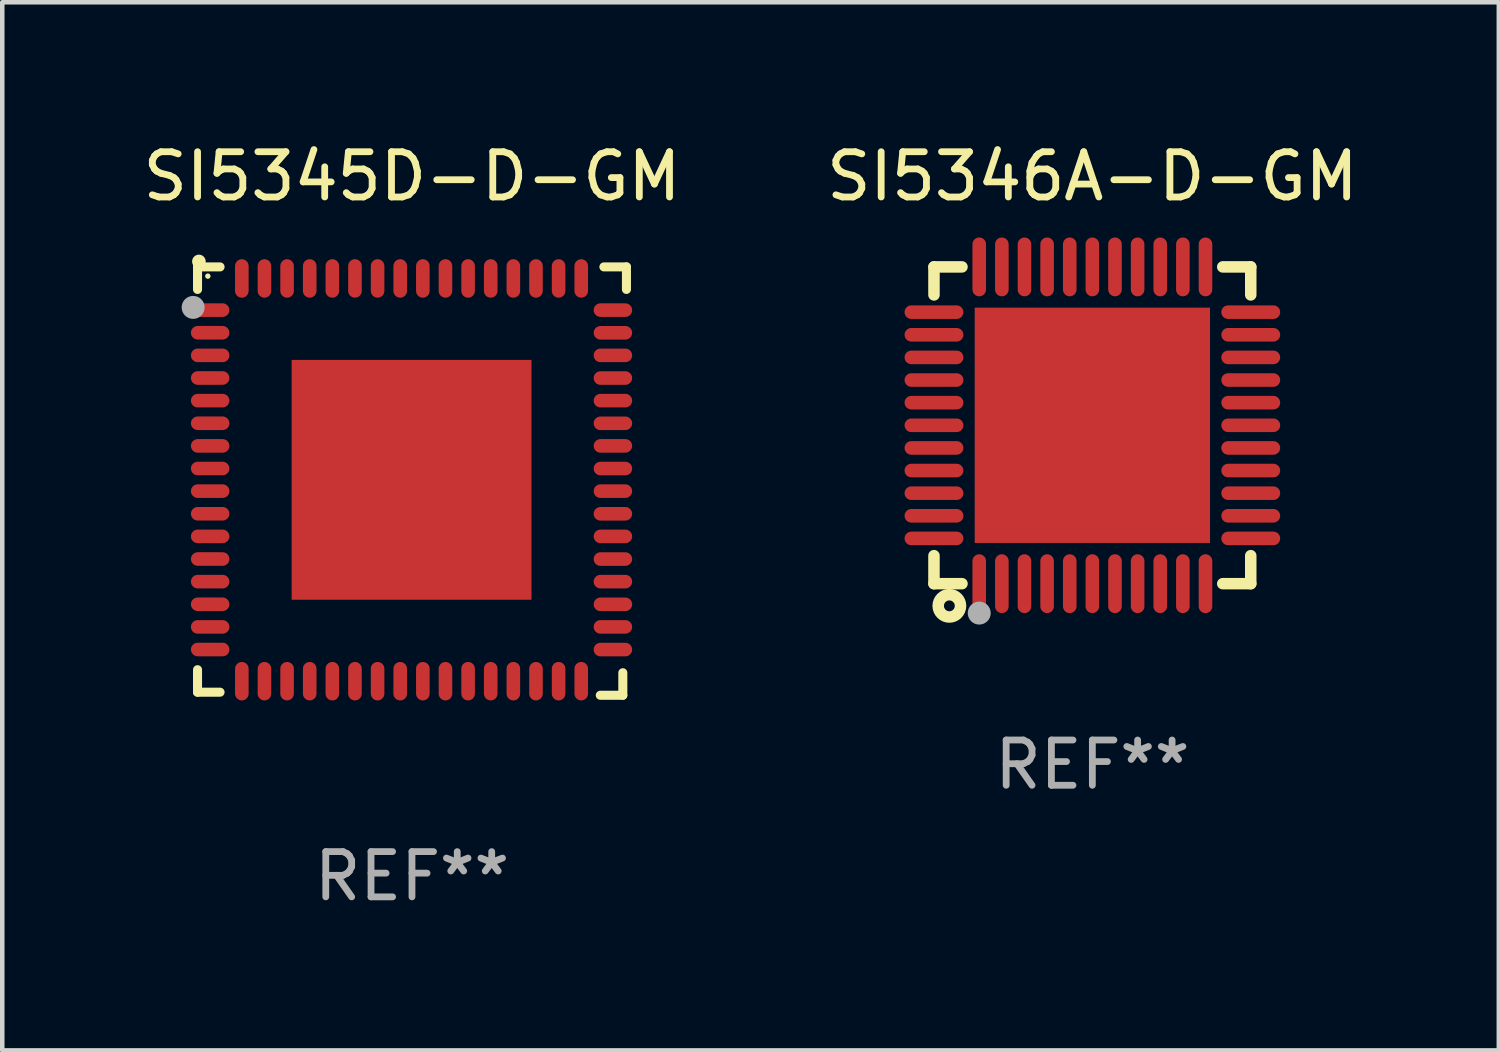
<source format=kicad_pcb>
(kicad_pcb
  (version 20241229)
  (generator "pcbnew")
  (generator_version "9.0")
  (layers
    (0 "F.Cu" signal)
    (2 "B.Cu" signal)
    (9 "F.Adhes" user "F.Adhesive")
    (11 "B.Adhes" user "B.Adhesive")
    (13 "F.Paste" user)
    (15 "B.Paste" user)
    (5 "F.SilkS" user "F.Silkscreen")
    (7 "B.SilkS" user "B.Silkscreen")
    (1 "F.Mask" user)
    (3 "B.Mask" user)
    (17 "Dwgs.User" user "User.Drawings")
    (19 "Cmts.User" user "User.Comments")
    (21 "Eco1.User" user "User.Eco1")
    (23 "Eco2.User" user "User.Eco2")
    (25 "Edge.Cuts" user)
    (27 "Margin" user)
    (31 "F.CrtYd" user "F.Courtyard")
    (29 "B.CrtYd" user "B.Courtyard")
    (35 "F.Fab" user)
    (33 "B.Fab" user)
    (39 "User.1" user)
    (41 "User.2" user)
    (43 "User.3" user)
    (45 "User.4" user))
  (footprint "SI5346A-D-GM"
    (layer "F.Cu")
    (at 21.089 6.348)
    (property "Reference" "SI5346A-D-GM" (at 0 -5.5 0) (layer "F.SilkS") (effects (font (size 1 1) (thickness 0.15))))
    (attr through_hole)
    (fp_line (start -3.5 -3.5) (end -2.881 -3.5) (stroke (width 0.254) (type solid)) (layer "F.SilkS"))
    (fp_line (start -3.5 -2.881) (end -3.5 -3.5) (stroke (width 0.254) (type solid)) (layer "F.SilkS"))
    (fp_line (start -3.5 3.5) (end -3.5 2.881) (stroke (width 0.254) (type solid)) (layer "F.SilkS"))
    (fp_line (start -2.881 3.5) (end -3.5 3.5) (stroke (width 0.254) (type solid)) (layer "F.SilkS"))
    (fp_line (start 2.881 -3.5) (end 3.5 -3.5) (stroke (width 0.254) (type solid)) (layer "F.SilkS"))
    (fp_line (start 3.5 -3.5) (end 3.5 -2.881) (stroke (width 0.254) (type solid)) (layer "F.SilkS"))
    (fp_line (start 3.5 2.881) (end 3.5 3.5) (stroke (width 0.254) (type solid)) (layer "F.SilkS"))
    (fp_line (start 3.5 3.5) (end 2.881 3.5) (stroke (width 0.254) (type solid)) (layer "F.SilkS"))
    (fp_circle (center -3.5 3.5) (end -3.47 3.5) (stroke (width 0.06) (type solid)) (fill no) (layer "F.SilkS"))
    (fp_circle (center -3.16 3.99) (end -3.04 3.99) (stroke (width 0.254) (type solid)) (fill no) (layer "F.SilkS"))
    (fp_circle (center -2.5 4.15) (end -2.373 4.15) (stroke (width 0.254) (type solid)) (fill no) (layer "F.Fab"))
    (fp_text user "REF**" (at 0 7.5 0) (layer "F.Fab") (effects (font (size 1 1) (thickness 0.15))))
    (pad "1" smd oval (at -2.5 3.5 90) (size 1.3 0.3) (layers "F.Cu" "F.Mask" "F.Paste"))
    (pad "2" smd oval (at -2 3.5 90) (size 1.3 0.3) (layers "F.Cu" "F.Mask" "F.Paste"))
    (pad "3" smd oval (at -1.5 3.5 90) (size 1.3 0.3) (layers "F.Cu" "F.Mask" "F.Paste"))
    (pad "4" smd oval (at -1 3.5 90) (size 1.3 0.3) (layers "F.Cu" "F.Mask" "F.Paste"))
    (pad "5" smd oval (at -0.5 3.5 90) (size 1.3 0.3) (layers "F.Cu" "F.Mask" "F.Paste"))
    (pad "6" smd oval (at -0.000127 3.5 90) (size 1.3 0.3) (layers "F.Cu" "F.Mask" "F.Paste"))
    (pad "7" smd oval (at 0.5 3.5 90) (size 1.3 0.3) (layers "F.Cu" "F.Mask" "F.Paste"))
    (pad "8" smd oval (at 1 3.5 90) (size 1.3 0.3) (layers "F.Cu" "F.Mask" "F.Paste"))
    (pad "9" smd oval (at 1.5 3.5 90) (size 1.3 0.3) (layers "F.Cu" "F.Mask" "F.Paste"))
    (pad "10" smd oval (at 2 3.5 90) (size 1.3 0.3) (layers "F.Cu" "F.Mask" "F.Paste"))
    (pad "11" smd oval (at 2.5 3.5 90) (size 1.3 0.3) (layers "F.Cu" "F.Mask" "F.Paste"))
    (pad "12" smd oval (at 3.5 2.5 90) (size 0.3 1.3) (layers "F.Cu" "F.Mask" "F.Paste"))
    (pad "13" smd oval (at 3.5 2 90) (size 0.3 1.3) (layers "F.Cu" "F.Mask" "F.Paste"))
    (pad "14" smd oval (at 3.5 1.5 90) (size 0.3 1.3) (layers "F.Cu" "F.Mask" "F.Paste"))
    (pad "15" smd oval (at 3.5 1 90) (size 0.3 1.3) (layers "F.Cu" "F.Mask" "F.Paste"))
    (pad "16" smd oval (at 3.5 0.5 90) (size 0.3 1.3) (layers "F.Cu" "F.Mask" "F.Paste"))
    (pad "17" smd oval (at 3.5 0.000127 90) (size 0.3 1.3) (layers "F.Cu" "F.Mask" "F.Paste"))
    (pad "18" smd oval (at 3.5 -0.5 90) (size 0.3 1.3) (layers "F.Cu" "F.Mask" "F.Paste"))
    (pad "19" smd oval (at 3.5 -1 90) (size 0.3 1.3) (layers "F.Cu" "F.Mask" "F.Paste"))
    (pad "20" smd oval (at 3.5 -1.5 90) (size 0.3 1.3) (layers "F.Cu" "F.Mask" "F.Paste"))
    (pad "21" smd oval (at 3.5 -2 90) (size 0.3 1.3) (layers "F.Cu" "F.Mask" "F.Paste"))
    (pad "22" smd oval (at 3.5 -2.5 90) (size 0.3 1.3) (layers "F.Cu" "F.Mask" "F.Paste"))
    (pad "23" smd oval (at 2.5 -3.5 90) (size 1.3 0.3) (layers "F.Cu" "F.Mask" "F.Paste"))
    (pad "24" smd oval (at 2 -3.5 90) (size 1.3 0.3) (layers "F.Cu" "F.Mask" "F.Paste"))
    (pad "25" smd oval (at 1.5 -3.5 90) (size 1.3 0.3) (layers "F.Cu" "F.Mask" "F.Paste"))
    (pad "26" smd oval (at 1 -3.5 90) (size 1.3 0.3) (layers "F.Cu" "F.Mask" "F.Paste"))
    (pad "27" smd oval (at 0.5 -3.5 90) (size 1.3 0.3) (layers "F.Cu" "F.Mask" "F.Paste"))
    (pad "28" smd oval (at -0.000127 -3.5 90) (size 1.3 0.3) (layers "F.Cu" "F.Mask" "F.Paste"))
    (pad "29" smd oval (at -0.5 -3.5 90) (size 1.3 0.3) (layers "F.Cu" "F.Mask" "F.Paste"))
    (pad "30" smd oval (at -1 -3.5 90) (size 1.3 0.3) (layers "F.Cu" "F.Mask" "F.Paste"))
    (pad "31" smd oval (at -1.5 -3.5 90) (size 1.3 0.3) (layers "F.Cu" "F.Mask" "F.Paste"))
    (pad "32" smd oval (at -2 -3.5 90) (size 1.3 0.3) (layers "F.Cu" "F.Mask" "F.Paste"))
    (pad "33" smd oval (at -2.5 -3.5 90) (size 1.3 0.3) (layers "F.Cu" "F.Mask" "F.Paste"))
    (pad "34" smd oval (at -3.5 -2.5 90) (size 0.3 1.3) (layers "F.Cu" "F.Mask" "F.Paste"))
    (pad "35" smd oval (at -3.5 -2 90) (size 0.3 1.3) (layers "F.Cu" "F.Mask" "F.Paste"))
    (pad "36" smd oval (at -3.5 -1.5 90) (size 0.3 1.3) (layers "F.Cu" "F.Mask" "F.Paste"))
    (pad "37" smd oval (at -3.5 -1 90) (size 0.3 1.3) (layers "F.Cu" "F.Mask" "F.Paste"))
    (pad "38" smd oval (at -3.5 -0.5 90) (size 0.3 1.3) (layers "F.Cu" "F.Mask" "F.Paste"))
    (pad "39" smd oval (at -3.5 0.000127 90) (size 0.3 1.3) (layers "F.Cu" "F.Mask" "F.Paste"))
    (pad "40" smd oval (at -3.5 0.5 90) (size 0.3 1.3) (layers "F.Cu" "F.Mask" "F.Paste"))
    (pad "41" smd oval (at -3.5 1 90) (size 0.3 1.3) (layers "F.Cu" "F.Mask" "F.Paste"))
    (pad "42" smd oval (at -3.5 1.5 90) (size 0.3 1.3) (layers "F.Cu" "F.Mask" "F.Paste"))
    (pad "43" smd oval (at -3.5 2 90) (size 0.3 1.3) (layers "F.Cu" "F.Mask" "F.Paste"))
    (pad "44" smd oval (at -3.5 2.5 90) (size 0.3 1.3) (layers "F.Cu" "F.Mask" "F.Paste"))
    (pad "45" smd rect (at -0.000127 0.000127 90) (size 5.2 5.2) (layers "F.Cu" "F.Mask" "F.Paste")))
  (footprint "SI5345D-D-GM"
    (layer "F.Cu")
    (at 6.054 7.581)
    (property "Reference" "SI5345D-D-GM" (at 0 -6.733 0) (layer "F.SilkS") (effects (font (size 1 1) (thickness 0.15))))
    (attr through_hole)
    (fp_line (start -4.739 -4.733) (end -4.241 -4.733) (stroke (width 0.2) (type solid)) (layer "F.SilkS"))
    (fp_line (start -4.739 -4.235) (end -4.739 -4.733) (stroke (width 0.2) (type solid)) (layer "F.SilkS"))
    (fp_line (start -4.739 4.168) (end -4.739 4.665) (stroke (width 0.2) (type solid)) (layer "F.SilkS"))
    (fp_line (start -4.739 4.665) (end -4.241 4.665) (stroke (width 0.2) (type solid)) (layer "F.SilkS"))
    (fp_line (start 4.161 4.733) (end 4.659 4.733) (stroke (width 0.2) (type solid)) (layer "F.SilkS"))
    (fp_line (start 4.241 -4.733) (end 4.739 -4.733) (stroke (width 0.2) (type solid)) (layer "F.SilkS"))
    (fp_line (start 4.659 4.733) (end 4.659 4.235) (stroke (width 0.2) (type solid)) (layer "F.SilkS"))
    (fp_line (start 4.739 -4.733) (end 4.739 -4.235) (stroke (width 0.2) (type solid)) (layer "F.SilkS"))
    (fp_arc (start -4.708623 -4.85108) (mid -4.708628 -4.85235) (end -4.708623 -4.85362) (stroke (width 0.3) (type solid)) (layer "F.SilkS"))
    (fp_circle (center -4.511 -4.529) (end -4.481 -4.529) (stroke (width 0.06) (type solid)) (fill no) (layer "F.SilkS"))
    (fp_circle (center -4.836 -3.838) (end -4.709 -3.838) (stroke (width 0.254) (type solid)) (fill no) (layer "F.Fab"))
    (fp_text user "REF**" (at 0 8.733 0) (layer "F.Fab") (effects (font (size 1 1) (thickness 0.15))))
    (pad "1" smd oval (at -4.46 -3.778) (size 0.85 0.3) (layers "F.Cu" "F.Mask" "F.Paste"))
    (pad "2" smd oval (at -4.46 -3.278) (size 0.85 0.3) (layers "F.Cu" "F.Mask" "F.Paste"))
    (pad "3" smd oval (at -4.46 -2.778) (size 0.85 0.3) (layers "F.Cu" "F.Mask" "F.Paste"))
    (pad "4" smd oval (at -4.46 -2.278) (size 0.85 0.3) (layers "F.Cu" "F.Mask" "F.Paste"))
    (pad "5" smd oval (at -4.46 -1.778) (size 0.85 0.3) (layers "F.Cu" "F.Mask" "F.Paste"))
    (pad "6" smd oval (at -4.46 -1.278) (size 0.85 0.3) (layers "F.Cu" "F.Mask" "F.Paste"))
    (pad "7" smd oval (at -4.46 -0.778) (size 0.85 0.3) (layers "F.Cu" "F.Mask" "F.Paste"))
    (pad "8" smd oval (at -4.46 -0.278) (size 0.85 0.3) (layers "F.Cu" "F.Mask" "F.Paste"))
    (pad "9" smd oval (at -4.46 0.222) (size 0.85 0.3) (layers "F.Cu" "F.Mask" "F.Paste"))
    (pad "10" smd oval (at -4.46 0.722) (size 0.85 0.3) (layers "F.Cu" "F.Mask" "F.Paste"))
    (pad "11" smd oval (at -4.46 1.222) (size 0.85 0.3) (layers "F.Cu" "F.Mask" "F.Paste"))
    (pad "12" smd oval (at -4.46 1.722) (size 0.85 0.3) (layers "F.Cu" "F.Mask" "F.Paste"))
    (pad "13" smd oval (at -4.46 2.222) (size 0.85 0.3) (layers "F.Cu" "F.Mask" "F.Paste"))
    (pad "14" smd oval (at -4.46 2.722) (size 0.85 0.3) (layers "F.Cu" "F.Mask" "F.Paste"))
    (pad "15" smd oval (at -4.46 3.222) (size 0.85 0.3) (layers "F.Cu" "F.Mask" "F.Paste"))
    (pad "16" smd oval (at -4.46 3.722) (size 0.85 0.3) (layers "F.Cu" "F.Mask" "F.Paste"))
    (pad "17" smd oval (at -3.76 4.422) (size 0.3 0.85) (layers "F.Cu" "F.Mask" "F.Paste"))
    (pad "18" smd oval (at -3.26 4.422) (size 0.3 0.85) (layers "F.Cu" "F.Mask" "F.Paste"))
    (pad "19" smd oval (at -2.76 4.422) (size 0.3 0.85) (layers "F.Cu" "F.Mask" "F.Paste"))
    (pad "20" smd oval (at -2.26 4.422) (size 0.3 0.85) (layers "F.Cu" "F.Mask" "F.Paste"))
    (pad "21" smd oval (at -1.76 4.422) (size 0.3 0.85) (layers "F.Cu" "F.Mask" "F.Paste"))
    (pad "22" smd oval (at -1.26 4.422) (size 0.3 0.85) (layers "F.Cu" "F.Mask" "F.Paste"))
    (pad "23" smd oval (at -0.76 4.422) (size 0.3 0.85) (layers "F.Cu" "F.Mask" "F.Paste"))
    (pad "24" smd oval (at -0.26 4.422) (size 0.3 0.85) (layers "F.Cu" "F.Mask" "F.Paste"))
    (pad "25" smd oval (at 0.24 4.422) (size 0.3 0.85) (layers "F.Cu" "F.Mask" "F.Paste"))
    (pad "26" smd oval (at 0.74 4.422) (size 0.3 0.85) (layers "F.Cu" "F.Mask" "F.Paste"))
    (pad "27" smd oval (at 1.24 4.422) (size 0.3 0.85) (layers "F.Cu" "F.Mask" "F.Paste"))
    (pad "28" smd oval (at 1.74 4.422) (size 0.3 0.85) (layers "F.Cu" "F.Mask" "F.Paste"))
    (pad "29" smd oval (at 2.24 4.422) (size 0.3 0.85) (layers "F.Cu" "F.Mask" "F.Paste"))
    (pad "30" smd oval (at 2.74 4.422) (size 0.3 0.85) (layers "F.Cu" "F.Mask" "F.Paste"))
    (pad "31" smd oval (at 3.24 4.422) (size 0.3 0.85) (layers "F.Cu" "F.Mask" "F.Paste"))
    (pad "32" smd oval (at 3.74 4.422) (size 0.3 0.85) (layers "F.Cu" "F.Mask" "F.Paste"))
    (pad "33" smd oval (at 4.44 3.723) (size 0.85 0.3) (layers "F.Cu" "F.Mask" "F.Paste"))
    (pad "34" smd oval (at 4.44 3.222) (size 0.85 0.3) (layers "F.Cu" "F.Mask" "F.Paste"))
    (pad "35" smd oval (at 4.44 2.723) (size 0.85 0.3) (layers "F.Cu" "F.Mask" "F.Paste"))
    (pad "36" smd oval (at 4.44 2.222) (size 0.85 0.3) (layers "F.Cu" "F.Mask" "F.Paste"))
    (pad "37" smd oval (at 4.44 1.723) (size 0.85 0.3) (layers "F.Cu" "F.Mask" "F.Paste"))
    (pad "38" smd oval (at 4.44 1.222) (size 0.85 0.3) (layers "F.Cu" "F.Mask" "F.Paste"))
    (pad "39" smd oval (at 4.44 0.723) (size 0.85 0.3) (layers "F.Cu" "F.Mask" "F.Paste"))
    (pad "40" smd oval (at 4.44 0.222) (size 0.85 0.3) (layers "F.Cu" "F.Mask" "F.Paste"))
    (pad "41" smd oval (at 4.44 -0.277) (size 0.85 0.3) (layers "F.Cu" "F.Mask" "F.Paste"))
    (pad "42" smd oval (at 4.44 -0.778) (size 0.85 0.3) (layers "F.Cu" "F.Mask" "F.Paste"))
    (pad "43" smd oval (at 4.44 -1.277) (size 0.85 0.3) (layers "F.Cu" "F.Mask" "F.Paste"))
    (pad "44" smd oval (at 4.44 -1.778) (size 0.85 0.3) (layers "F.Cu" "F.Mask" "F.Paste"))
    (pad "45" smd oval (at 4.44 -2.277) (size 0.85 0.3) (layers "F.Cu" "F.Mask" "F.Paste"))
    (pad "46" smd oval (at 4.44 -2.778) (size 0.85 0.3) (layers "F.Cu" "F.Mask" "F.Paste"))
    (pad "47" smd oval (at 4.44 -3.277) (size 0.85 0.3) (layers "F.Cu" "F.Mask" "F.Paste"))
    (pad "48" smd oval (at 4.44 -3.778) (size 0.85 0.3) (layers "F.Cu" "F.Mask" "F.Paste"))
    (pad "49" smd oval (at 3.74 -4.478) (size 0.3 0.85) (layers "F.Cu" "F.Mask" "F.Paste"))
    (pad "50" smd oval (at 3.24 -4.478) (size 0.3 0.85) (layers "F.Cu" "F.Mask" "F.Paste"))
    (pad "51" smd oval (at 2.74 -4.478) (size 0.3 0.85) (layers "F.Cu" "F.Mask" "F.Paste"))
    (pad "52" smd oval (at 2.24 -4.478) (size 0.3 0.85) (layers "F.Cu" "F.Mask" "F.Paste"))
    (pad "53" smd oval (at 1.74 -4.478) (size 0.3 0.85) (layers "F.Cu" "F.Mask" "F.Paste"))
    (pad "54" smd oval (at 1.24 -4.478) (size 0.3 0.85) (layers "F.Cu" "F.Mask" "F.Paste"))
    (pad "55" smd oval (at 0.74 -4.478) (size 0.3 0.85) (layers "F.Cu" "F.Mask" "F.Paste"))
    (pad "56" smd oval (at 0.24 -4.478) (size 0.3 0.85) (layers "F.Cu" "F.Mask" "F.Paste"))
    (pad "57" smd oval (at -0.26 -4.478) (size 0.3 0.85) (layers "F.Cu" "F.Mask" "F.Paste"))
    (pad "58" smd oval (at -0.76 -4.478) (size 0.3 0.85) (layers "F.Cu" "F.Mask" "F.Paste"))
    (pad "59" smd oval (at -1.26 -4.478) (size 0.3 0.85) (layers "F.Cu" "F.Mask" "F.Paste"))
    (pad "60" smd oval (at -1.76 -4.478) (size 0.3 0.85) (layers "F.Cu" "F.Mask" "F.Paste"))
    (pad "61" smd oval (at -2.26 -4.478) (size 0.3 0.85) (layers "F.Cu" "F.Mask" "F.Paste"))
    (pad "62" smd oval (at -2.76 -4.478) (size 0.3 0.85) (layers "F.Cu" "F.Mask" "F.Paste"))
    (pad "63" smd oval (at -3.26 -4.478) (size 0.3 0.85) (layers "F.Cu" "F.Mask" "F.Paste"))
    (pad "64" smd oval (at -3.76 -4.478) (size 0.3 0.85) (layers "F.Cu" "F.Mask" "F.Paste"))
    (pad "65" smd rect (at -0.009 -0.028 90) (size 5.3 5.3) (layers "F.Cu" "F.Mask" "F.Paste")))
  (gr_rect
    (start -3 -3)
    (end 30.071 20.162)
    (stroke (width 0.1) (type default))
    (fill no)
    (layer "Edge.Cuts")))
</source>
